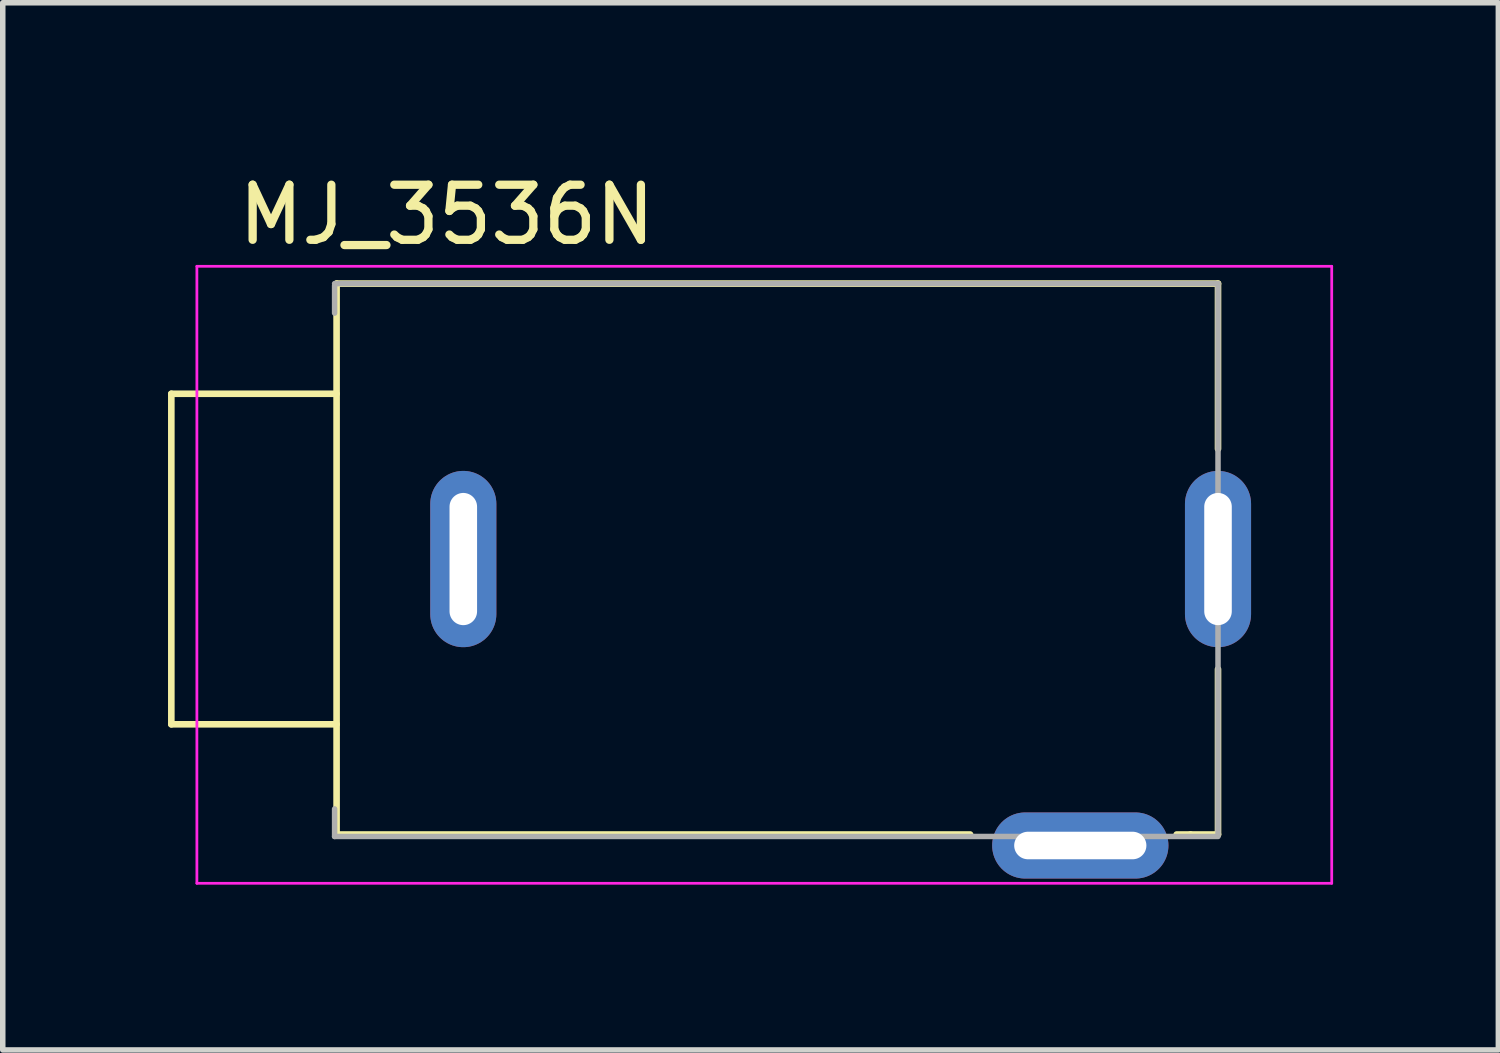
<source format=kicad_pcb>
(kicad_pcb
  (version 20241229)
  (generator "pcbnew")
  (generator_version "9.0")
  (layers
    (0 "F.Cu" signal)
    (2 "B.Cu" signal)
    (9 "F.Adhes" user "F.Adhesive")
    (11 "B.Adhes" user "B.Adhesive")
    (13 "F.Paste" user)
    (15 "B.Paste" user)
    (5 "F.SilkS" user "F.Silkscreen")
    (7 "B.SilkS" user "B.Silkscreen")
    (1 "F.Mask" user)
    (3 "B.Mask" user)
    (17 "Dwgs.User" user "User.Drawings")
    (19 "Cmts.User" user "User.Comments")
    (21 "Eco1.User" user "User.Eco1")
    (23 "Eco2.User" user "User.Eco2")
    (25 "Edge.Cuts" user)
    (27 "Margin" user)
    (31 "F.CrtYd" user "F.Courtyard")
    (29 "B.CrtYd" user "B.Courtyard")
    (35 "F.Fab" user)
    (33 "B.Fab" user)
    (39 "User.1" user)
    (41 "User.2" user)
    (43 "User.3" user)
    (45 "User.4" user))
  (footprint "MJ_3536N"
    (layer "F.Cu")
    (at 16.56 7.098)
    (property "Reference" "MJ_3536N" (at -11.5 -6.25 0) (layer "F.SilkS") (effects (font (size 1 1) (thickness 0.15))))
    (attr through_hole)
    (fp_line (start -16.5 3) (end -16.5 -3) (stroke (width 0.12) (type solid)) (layer "F.SilkS"))
    (fp_line (start -13.5 -5) (end 2.5 -5) (stroke (width 0.12) (type solid)) (layer "F.SilkS"))
    (fp_line (start -13.5 -3) (end -16.5 -3) (stroke (width 0.12) (type solid)) (layer "F.SilkS"))
    (fp_line (start -13.5 3) (end -16.5 3) (stroke (width 0.12) (type solid)) (layer "F.SilkS"))
    (fp_line (start -13.5 5) (end -13.5 -5) (stroke (width 0.12) (type solid)) (layer "F.SilkS"))
    (fp_line (start -13.5 5) (end -2 5) (stroke (width 0.12) (type solid)) (layer "F.SilkS"))
    (fp_line (start 2 5) (end 1.75 5) (stroke (width 0.12) (type solid)) (layer "F.SilkS"))
    (fp_line (start 2.5 -5) (end 2.5 -2) (stroke (width 0.12) (type solid)) (layer "F.SilkS"))
    (fp_line (start 2.5 5) (end 2 5) (stroke (width 0.12) (type solid)) (layer "F.SilkS"))
    (fp_line (start 2.5 5) (end 2.5 2) (stroke (width 0.12) (type solid)) (layer "F.SilkS"))
    (fp_line (start -16.036 -5.314) (end 4.564 -5.314) (stroke (width 0.05) (type solid)) (layer "F.CrtYd"))
    (fp_line (start -16.036 5.886) (end -16.036 -5.314) (stroke (width 0.05) (type solid)) (layer "F.CrtYd"))
    (fp_line (start 4.564 -5.314) (end 4.564 5.886) (stroke (width 0.05) (type solid)) (layer "F.CrtYd"))
    (fp_line (start 4.564 5.886) (end -16.036 5.886) (stroke (width 0.05) (type solid)) (layer "F.CrtYd"))
    (fp_line (start -13.536 -5) (end 2.5 -5) (stroke (width 0.1) (type solid)) (layer "F.Fab"))
    (fp_line (start -13.536 -4.464) (end -13.536 -4.964) (stroke (width 0.1) (type solid)) (layer "F.Fab"))
    (fp_line (start -13.536 5.036) (end -13.536 4.536) (stroke (width 0.1) (type solid)) (layer "F.Fab"))
    (fp_line (start 2.5 -5) (end 2.5 5) (stroke (width 0.1) (type solid)) (layer "F.Fab"))
    (fp_line (start 2.5 5.036) (end -13.536 5.036) (stroke (width 0.1) (type solid)) (layer "F.Fab"))
    (pad "1" thru_hole oval (at -11.2 0 90) (size 3.2 1.2) (drill oval 2.4 0.5) (layers "*.Cu" "*.Mask"))
    (pad "2" thru_hole oval (at 2.5 0 90) (size 3.2 1.2) (drill oval 2.4 0.5) (layers "*.Cu" "*.Mask"))
    (pad "3" thru_hole oval (at 0 5.2 180) (size 3.2 1.2) (drill oval 2.4 0.5) (layers "*.Cu" "*.Mask")))
  (gr_rect
    (start -3 -3)
    (end 24.149 16.009)
    (stroke (width 0.1) (type default))
    (fill no)
    (layer "Edge.Cuts")))
</source>
